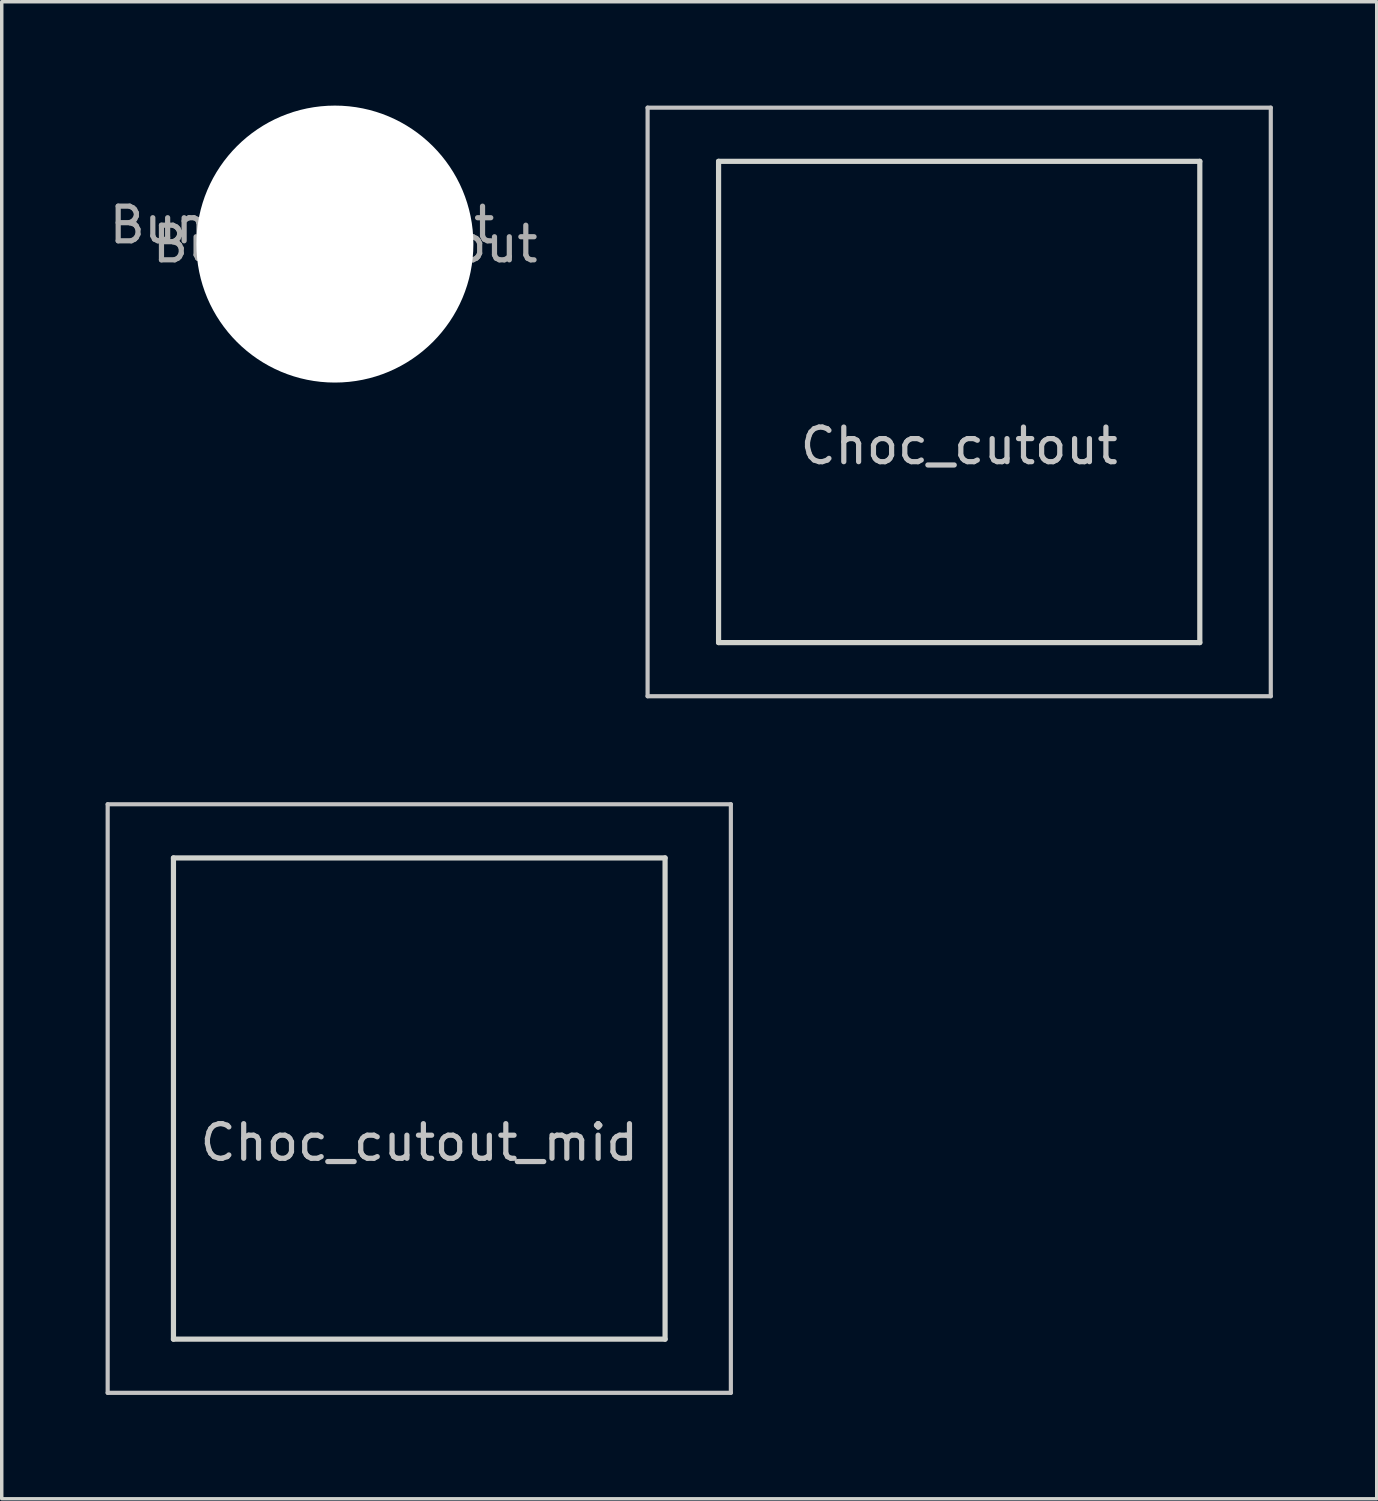
<source format=kicad_pcb>
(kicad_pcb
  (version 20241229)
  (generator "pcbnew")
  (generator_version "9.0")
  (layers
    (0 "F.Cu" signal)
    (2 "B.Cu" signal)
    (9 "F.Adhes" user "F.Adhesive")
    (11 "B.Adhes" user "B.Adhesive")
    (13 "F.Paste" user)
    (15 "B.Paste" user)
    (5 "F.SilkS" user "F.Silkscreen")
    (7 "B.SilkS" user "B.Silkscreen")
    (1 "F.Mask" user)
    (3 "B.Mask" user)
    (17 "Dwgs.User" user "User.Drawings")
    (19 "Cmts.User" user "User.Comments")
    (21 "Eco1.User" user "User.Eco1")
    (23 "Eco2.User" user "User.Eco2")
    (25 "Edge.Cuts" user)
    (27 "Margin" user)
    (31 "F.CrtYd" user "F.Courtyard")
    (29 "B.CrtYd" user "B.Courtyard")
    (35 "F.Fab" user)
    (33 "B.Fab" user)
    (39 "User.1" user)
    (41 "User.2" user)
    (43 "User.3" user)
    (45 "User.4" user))
  (footprint "Choc_cutout_mid"
    (layer "F.Cu")
    (at 9.06 28.68)
    (property "Reference" "Choc_cutout_mid" (at 0 1.27 0) (layer "Dwgs.User") (effects (font (size 1 1) (thickness 0.15))))
    (attr through_hole)
    (fp_line (start -9 -8.5) (end 9 -8.5) (stroke (width 0.12) (type solid)) (layer "Dwgs.User"))
    (fp_line (start -9 8.5) (end -9 -8.5) (stroke (width 0.12) (type solid)) (layer "Dwgs.User"))
    (fp_line (start 9 -8.5) (end 9 8.5) (stroke (width 0.12) (type solid)) (layer "Dwgs.User"))
    (fp_line (start 9 8.5) (end -9 8.5) (stroke (width 0.12) (type solid)) (layer "Dwgs.User"))
    (fp_line (start -7.1 -6.95) (end 7.1 -6.95) (stroke (width 0.15) (type solid)) (layer "Edge.Cuts"))
    (fp_line (start -7.1 6.95) (end -7.1 -6.95) (stroke (width 0.15) (type solid)) (layer "Edge.Cuts"))
    (fp_line (start -7.1 6.95) (end 7.1 6.95) (stroke (width 0.15) (type solid)) (layer "Edge.Cuts"))
    (fp_line (start 7.1 6.95) (end 7.1 -6.95) (stroke (width 0.15) (type solid)) (layer "Edge.Cuts")))
  (footprint "Bumper_cutout"
    (layer "F.Cu")
    (at 6.623 4)
    (property "Reference" "Bumper_cutout" (at -0.95 -0.55 0) (layer "F.Fab") (effects (font (size 1 1) (thickness 0.15))))
    (attr exclude_from_pos_files exclude_from_bom)
    (fp_text user "${REFERENCE}" (at 0.3 0 0) (layer "F.Fab") (effects (font (size 1 1) (thickness 0.15))))
    (pad "" np_thru_hole circle (at 0 0) (size 8 8) (drill 8) (layers "*.Cu" "*.Mask")))
  (footprint "Choc_cutout"
    (layer "F.Cu")
    (at 24.655 8.56)
    (property "Reference" "Choc_cutout" (at 0 1.27 0) (layer "Dwgs.User") (effects (font (size 1 1) (thickness 0.15))))
    (attr through_hole)
    (fp_line (start -9 -8.5) (end 9 -8.5) (stroke (width 0.12) (type solid)) (layer "Dwgs.User"))
    (fp_line (start -9 8.5) (end -9 -8.5) (stroke (width 0.12) (type solid)) (layer "Dwgs.User"))
    (fp_line (start 9 -8.5) (end 9 8.5) (stroke (width 0.12) (type solid)) (layer "Dwgs.User"))
    (fp_line (start 9 8.5) (end -9 8.5) (stroke (width 0.12) (type solid)) (layer "Dwgs.User"))
    (fp_line (start -6.95 -6.95) (end 6.95 -6.95) (stroke (width 0.15) (type solid)) (layer "Edge.Cuts"))
    (fp_line (start -6.95 6.95) (end -6.95 -6.95) (stroke (width 0.15) (type solid)) (layer "Edge.Cuts"))
    (fp_line (start -6.95 6.95) (end 6.95 6.95) (stroke (width 0.15) (type solid)) (layer "Edge.Cuts"))
    (fp_line (start 6.95 6.95) (end 6.95 -6.95) (stroke (width 0.15) (type solid)) (layer "Edge.Cuts")))
  (gr_rect
    (start -3 -3)
    (end 36.715 40.24)
    (stroke (width 0.1) (type default))
    (fill no)
    (layer "Edge.Cuts")))
</source>
